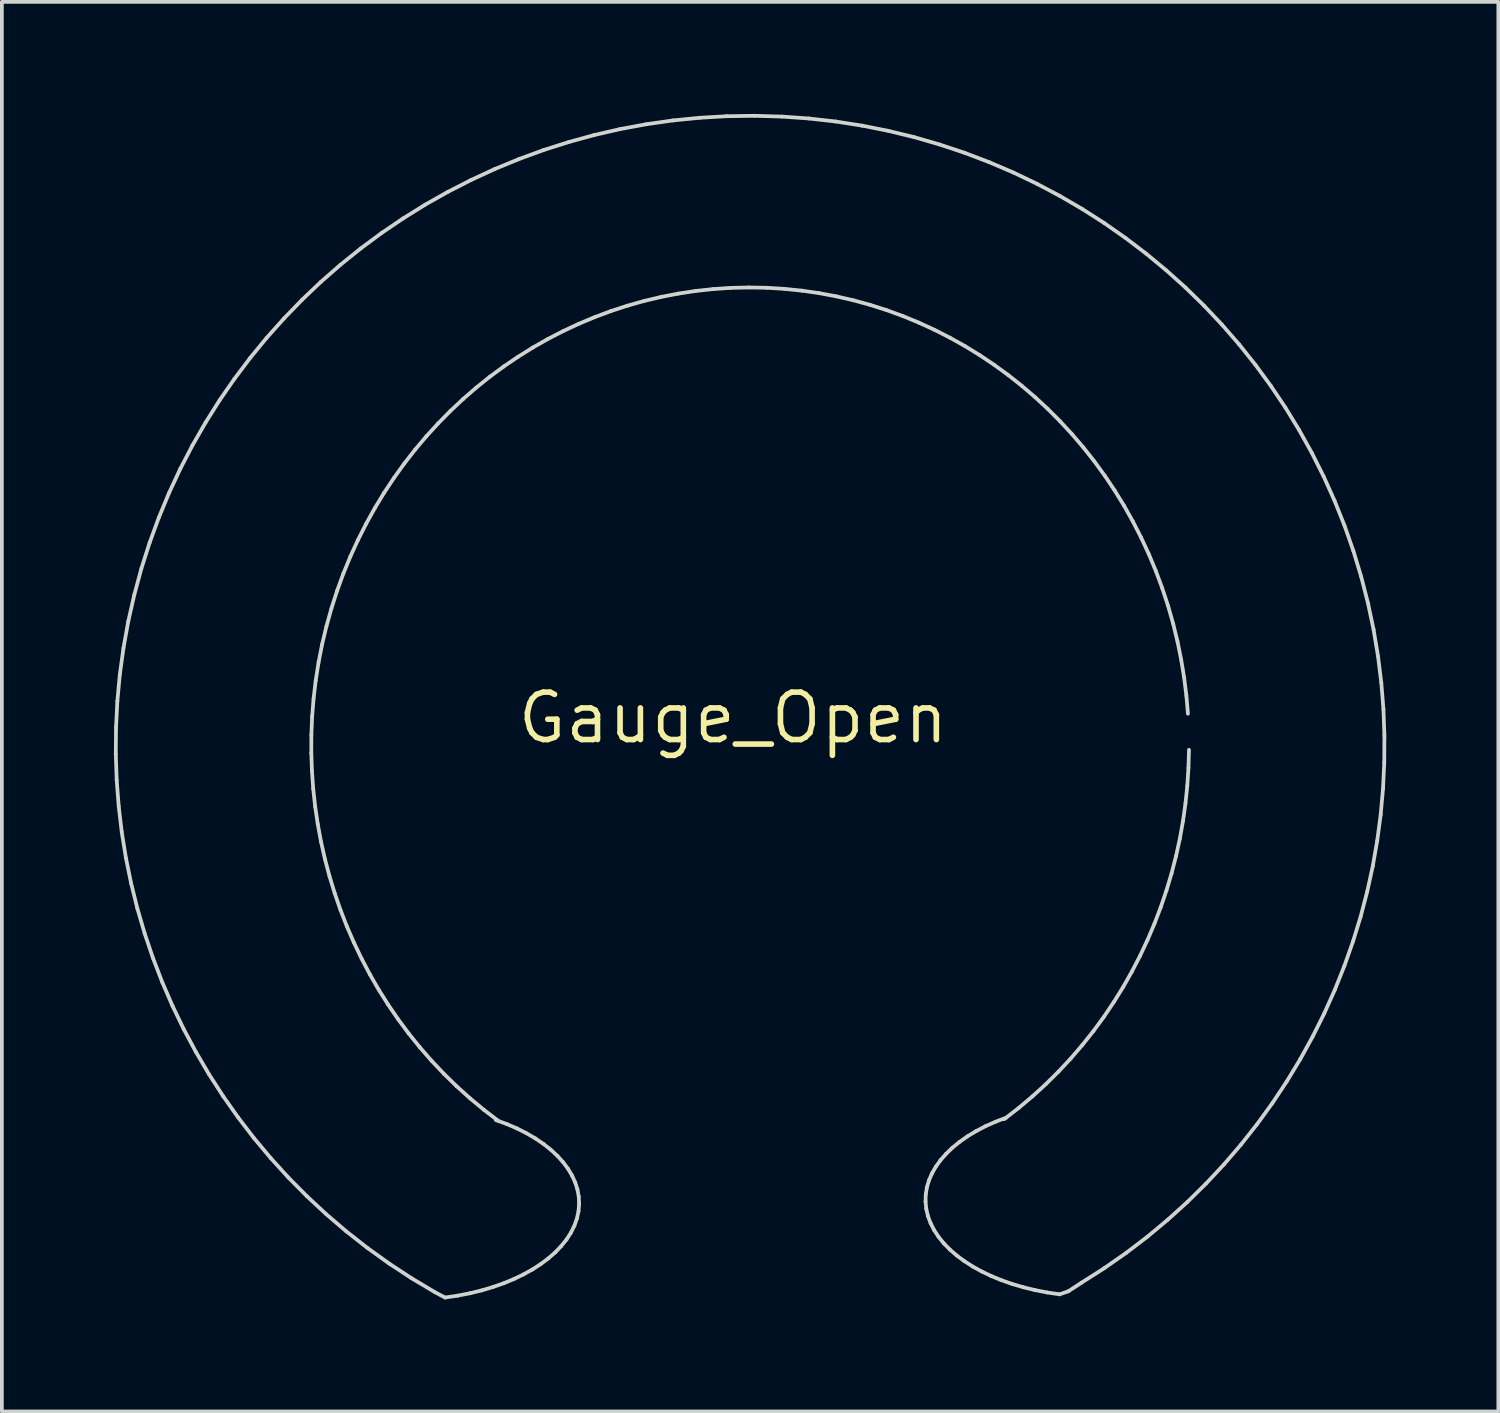
<source format=kicad_pcb>
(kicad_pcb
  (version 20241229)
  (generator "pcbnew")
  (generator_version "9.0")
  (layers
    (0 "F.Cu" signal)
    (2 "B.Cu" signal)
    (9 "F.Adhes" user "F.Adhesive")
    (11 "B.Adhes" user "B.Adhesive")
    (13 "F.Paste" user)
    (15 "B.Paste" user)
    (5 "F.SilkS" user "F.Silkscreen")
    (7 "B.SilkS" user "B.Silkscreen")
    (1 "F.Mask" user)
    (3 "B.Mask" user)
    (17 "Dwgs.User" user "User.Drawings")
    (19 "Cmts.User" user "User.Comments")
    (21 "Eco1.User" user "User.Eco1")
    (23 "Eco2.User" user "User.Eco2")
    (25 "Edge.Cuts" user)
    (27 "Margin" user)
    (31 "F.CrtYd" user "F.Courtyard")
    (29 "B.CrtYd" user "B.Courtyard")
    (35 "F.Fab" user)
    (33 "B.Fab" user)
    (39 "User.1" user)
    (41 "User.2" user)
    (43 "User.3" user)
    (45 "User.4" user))
  (footprint "Gauge_Open"
    (layer "F.Cu")
    (at 16.574 16.169)
    (property "Reference" "Gauge_Open" (at 0 0 0) (layer "F.SilkS") (effects (font (size 1.27 1.27) (thickness 0.15))))
    (attr through_hole)
    (fp_line (start 12.179 -0.112) (end 12.202 0.372) (stroke (width 0.1) (type solid)) (layer "F.Mask"))
    (fp_line (start 12.202 0.372) (end 12.207 0.855) (stroke (width 0.1) (type solid)) (layer "F.Mask"))
    (fp_line (start -16.524 0.965) (end -16.518 0.258) (stroke (width 0.1) (type solid)) (layer "Edge.Cuts"))
    (fp_line (start -16.518 0.258) (end -16.482 -0.451) (stroke (width 0.1) (type solid)) (layer "Edge.Cuts"))
    (fp_line (start -16.5 1.668) (end -16.524 0.965) (stroke (width 0.1) (type solid)) (layer "Edge.Cuts"))
    (fp_line (start -16.482 -0.451) (end -16.416 -1.162) (stroke (width 0.1) (type solid)) (layer "Edge.Cuts"))
    (fp_line (start -16.446 2.367) (end -16.5 1.668) (stroke (width 0.1) (type solid)) (layer "Edge.Cuts"))
    (fp_line (start -16.416 -1.162) (end -16.318 -1.873) (stroke (width 0.1) (type solid)) (layer "Edge.Cuts"))
    (fp_line (start -16.364 3.061) (end -16.446 2.367) (stroke (width 0.1) (type solid)) (layer "Edge.Cuts"))
    (fp_line (start -16.318 -1.873) (end -16.19 -2.585) (stroke (width 0.1) (type solid)) (layer "Edge.Cuts"))
    (fp_line (start -16.253 3.75) (end -16.364 3.061) (stroke (width 0.1) (type solid)) (layer "Edge.Cuts"))
    (fp_line (start -16.19 -2.585) (end -16.029 -3.295) (stroke (width 0.1) (type solid)) (layer "Edge.Cuts"))
    (fp_line (start -16.113 4.431) (end -16.253 3.75) (stroke (width 0.1) (type solid)) (layer "Edge.Cuts"))
    (fp_line (start -16.029 -3.295) (end -15.839 -3.999) (stroke (width 0.1) (type solid)) (layer "Edge.Cuts"))
    (fp_line (start -15.946 5.105) (end -16.113 4.431) (stroke (width 0.1) (type solid)) (layer "Edge.Cuts"))
    (fp_line (start -15.839 -3.999) (end -15.619 -4.688) (stroke (width 0.1) (type solid)) (layer "Edge.Cuts"))
    (fp_line (start -15.751 5.771) (end -15.946 5.105) (stroke (width 0.1) (type solid)) (layer "Edge.Cuts"))
    (fp_line (start -15.619 -4.688) (end -15.372 -5.363) (stroke (width 0.1) (type solid)) (layer "Edge.Cuts"))
    (fp_line (start -15.529 6.428) (end -15.751 5.771) (stroke (width 0.1) (type solid)) (layer "Edge.Cuts"))
    (fp_line (start -15.372 -5.363) (end -15.098 -6.023) (stroke (width 0.1) (type solid)) (layer "Edge.Cuts"))
    (fp_line (start -15.281 7.074) (end -15.529 6.428) (stroke (width 0.1) (type solid)) (layer "Edge.Cuts"))
    (fp_line (start -15.098 -6.023) (end -14.798 -6.667) (stroke (width 0.1) (type solid)) (layer "Edge.Cuts"))
    (fp_line (start -15.006 7.71) (end -15.281 7.074) (stroke (width 0.1) (type solid)) (layer "Edge.Cuts"))
    (fp_line (start -14.798 -6.667) (end -14.472 -7.295) (stroke (width 0.1) (type solid)) (layer "Edge.Cuts"))
    (fp_line (start -14.705 8.334) (end -15.006 7.71) (stroke (width 0.1) (type solid)) (layer "Edge.Cuts"))
    (fp_line (start -14.472 -7.295) (end -14.121 -7.907) (stroke (width 0.1) (type solid)) (layer "Edge.Cuts"))
    (fp_line (start -14.378 8.946) (end -14.705 8.334) (stroke (width 0.1) (type solid)) (layer "Edge.Cuts"))
    (fp_line (start -14.121 -7.907) (end -13.747 -8.501) (stroke (width 0.1) (type solid)) (layer "Edge.Cuts"))
    (fp_line (start -14.027 9.544) (end -14.378 8.946) (stroke (width 0.1) (type solid)) (layer "Edge.Cuts"))
    (fp_line (start -13.747 -8.501) (end -13.348 -9.077) (stroke (width 0.1) (type solid)) (layer "Edge.Cuts"))
    (fp_line (start -13.65 10.128) (end -14.027 9.544) (stroke (width 0.1) (type solid)) (layer "Edge.Cuts"))
    (fp_line (start -13.348 -9.077) (end -12.928 -9.635) (stroke (width 0.1) (type solid)) (layer "Edge.Cuts"))
    (fp_line (start -13.249 10.697) (end -13.65 10.128) (stroke (width 0.1) (type solid)) (layer "Edge.Cuts"))
    (fp_line (start -12.928 -9.635) (end -12.485 -10.175) (stroke (width 0.1) (type solid)) (layer "Edge.Cuts"))
    (fp_line (start -12.825 11.25) (end -13.249 10.697) (stroke (width 0.1) (type solid)) (layer "Edge.Cuts"))
    (fp_line (start -12.485 -10.175) (end -12.021 -10.694) (stroke (width 0.1) (type solid)) (layer "Edge.Cuts"))
    (fp_line (start -12.376 11.786) (end -12.825 11.25) (stroke (width 0.1) (type solid)) (layer "Edge.Cuts"))
    (fp_line (start -12.021 -10.694) (end -11.537 -11.194) (stroke (width 0.1) (type solid)) (layer "Edge.Cuts"))
    (fp_line (start -11.904 12.305) (end -12.376 11.786) (stroke (width 0.1) (type solid)) (layer "Edge.Cuts"))
    (fp_line (start -11.537 -11.194) (end -11.033 -11.673) (stroke (width 0.1) (type solid)) (layer "Edge.Cuts"))
    (fp_line (start -11.409 12.805) (end -11.904 12.305) (stroke (width 0.1) (type solid)) (layer "Edge.Cuts"))
    (fp_line (start -11.29 0.936) (end -11.288 0.453) (stroke (width 0.1) (type solid)) (layer "Edge.Cuts"))
    (fp_line (start -11.288 0.453) (end -11.268 -0.031) (stroke (width 0.1) (type solid)) (layer "Edge.Cuts"))
    (fp_line (start -11.273 1.417) (end -11.29 0.936) (stroke (width 0.1) (type solid)) (layer "Edge.Cuts"))
    (fp_line (start -11.268 -0.031) (end -11.229 -0.515) (stroke (width 0.1) (type solid)) (layer "Edge.Cuts"))
    (fp_line (start -11.239 1.896) (end -11.273 1.417) (stroke (width 0.1) (type solid)) (layer "Edge.Cuts"))
    (fp_line (start -11.229 -0.515) (end -11.172 -1) (stroke (width 0.1) (type solid)) (layer "Edge.Cuts"))
    (fp_line (start -11.187 2.372) (end -11.239 1.896) (stroke (width 0.1) (type solid)) (layer "Edge.Cuts"))
    (fp_line (start -11.172 -1) (end -11.096 -1.484) (stroke (width 0.1) (type solid)) (layer "Edge.Cuts"))
    (fp_line (start -11.117 2.845) (end -11.187 2.372) (stroke (width 0.1) (type solid)) (layer "Edge.Cuts"))
    (fp_line (start -11.096 -1.484) (end -11.001 -1.967) (stroke (width 0.1) (type solid)) (layer "Edge.Cuts"))
    (fp_line (start -11.033 -11.673) (end -10.51 -12.13) (stroke (width 0.1) (type solid)) (layer "Edge.Cuts"))
    (fp_line (start -11.03 3.314) (end -11.117 2.845) (stroke (width 0.1) (type solid)) (layer "Edge.Cuts"))
    (fp_line (start -11.001 -1.967) (end -10.886 -2.448) (stroke (width 0.1) (type solid)) (layer "Edge.Cuts"))
    (fp_line (start -10.925 3.779) (end -11.03 3.314) (stroke (width 0.1) (type solid)) (layer "Edge.Cuts"))
    (fp_line (start -10.892 13.286) (end -11.409 12.805) (stroke (width 0.1) (type solid)) (layer "Edge.Cuts"))
    (fp_line (start -10.886 -2.448) (end -10.752 -2.928) (stroke (width 0.1) (type solid)) (layer "Edge.Cuts"))
    (fp_line (start -10.803 4.239) (end -10.925 3.779) (stroke (width 0.1) (type solid)) (layer "Edge.Cuts"))
    (fp_line (start -10.752 -2.928) (end -10.6 -3.401) (stroke (width 0.1) (type solid)) (layer "Edge.Cuts"))
    (fp_line (start -10.664 4.693) (end -10.803 4.239) (stroke (width 0.1) (type solid)) (layer "Edge.Cuts"))
    (fp_line (start -10.6 -3.401) (end -10.431 -3.865) (stroke (width 0.1) (type solid)) (layer "Edge.Cuts"))
    (fp_line (start -10.51 -12.13) (end -9.969 -12.566) (stroke (width 0.1) (type solid)) (layer "Edge.Cuts"))
    (fp_line (start -10.509 5.142) (end -10.664 4.693) (stroke (width 0.1) (type solid)) (layer "Edge.Cuts"))
    (fp_line (start -10.431 -3.865) (end -10.245 -4.318) (stroke (width 0.1) (type solid)) (layer "Edge.Cuts"))
    (fp_line (start -10.353 13.747) (end -10.892 13.286) (stroke (width 0.1) (type solid)) (layer "Edge.Cuts"))
    (fp_line (start -10.337 5.584) (end -10.509 5.142) (stroke (width 0.1) (type solid)) (layer "Edge.Cuts"))
    (fp_line (start -10.245 -4.318) (end -10.042 -4.761) (stroke (width 0.1) (type solid)) (layer "Edge.Cuts"))
    (fp_line (start -10.148 6.018) (end -10.337 5.584) (stroke (width 0.1) (type solid)) (layer "Edge.Cuts"))
    (fp_line (start -10.042 -4.761) (end -9.824 -5.193) (stroke (width 0.1) (type solid)) (layer "Edge.Cuts"))
    (fp_line (start -9.969 -12.566) (end -9.41 -12.98) (stroke (width 0.1) (type solid)) (layer "Edge.Cuts"))
    (fp_line (start -9.943 6.446) (end -10.148 6.018) (stroke (width 0.1) (type solid)) (layer "Edge.Cuts"))
    (fp_line (start -9.824 -5.193) (end -9.591 -5.613) (stroke (width 0.1) (type solid)) (layer "Edge.Cuts"))
    (fp_line (start -9.792 14.187) (end -10.353 13.747) (stroke (width 0.1) (type solid)) (layer "Edge.Cuts"))
    (fp_line (start -9.723 6.865) (end -9.943 6.446) (stroke (width 0.1) (type solid)) (layer "Edge.Cuts"))
    (fp_line (start -9.591 -5.613) (end -9.343 -6.023) (stroke (width 0.1) (type solid)) (layer "Edge.Cuts"))
    (fp_line (start -9.486 7.276) (end -9.723 6.865) (stroke (width 0.1) (type solid)) (layer "Edge.Cuts"))
    (fp_line (start -9.41 -12.98) (end -8.835 -13.37) (stroke (width 0.1) (type solid)) (layer "Edge.Cuts"))
    (fp_line (start -9.343 -6.023) (end -9.08 -6.42) (stroke (width 0.1) (type solid)) (layer "Edge.Cuts"))
    (fp_line (start -9.233 7.677) (end -9.486 7.276) (stroke (width 0.1) (type solid)) (layer "Edge.Cuts"))
    (fp_line (start -9.209 14.606) (end -9.792 14.187) (stroke (width 0.1) (type solid)) (layer "Edge.Cuts"))
    (fp_line (start -9.08 -6.42) (end -8.804 -6.805) (stroke (width 0.1) (type solid)) (layer "Edge.Cuts"))
    (fp_line (start -8.965 8.069) (end -9.233 7.677) (stroke (width 0.1) (type solid)) (layer "Edge.Cuts"))
    (fp_line (start -8.835 -13.37) (end -8.244 -13.738) (stroke (width 0.1) (type solid)) (layer "Edge.Cuts"))
    (fp_line (start -8.804 -6.805) (end -8.514 -7.178) (stroke (width 0.1) (type solid)) (layer "Edge.Cuts"))
    (fp_line (start -8.682 8.45) (end -8.965 8.069) (stroke (width 0.1) (type solid)) (layer "Edge.Cuts"))
    (fp_line (start -8.606 15.002) (end -9.209 14.606) (stroke (width 0.1) (type solid)) (layer "Edge.Cuts"))
    (fp_line (start -8.514 -7.178) (end -8.21 -7.538) (stroke (width 0.1) (type solid)) (layer "Edge.Cuts"))
    (fp_line (start -8.383 8.821) (end -8.682 8.45) (stroke (width 0.1) (type solid)) (layer "Edge.Cuts"))
    (fp_line (start -8.244 -13.738) (end -7.637 -14.081) (stroke (width 0.1) (type solid)) (layer "Edge.Cuts"))
    (fp_line (start -8.21 -7.538) (end -7.894 -7.884) (stroke (width 0.1) (type solid)) (layer "Edge.Cuts"))
    (fp_line (start -8.07 9.18) (end -8.383 8.821) (stroke (width 0.1) (type solid)) (layer "Edge.Cuts"))
    (fp_line (start -7.982 15.374) (end -8.606 15.002) (stroke (width 0.1) (type solid)) (layer "Edge.Cuts"))
    (fp_line (start -7.894 -7.884) (end -7.566 -8.217) (stroke (width 0.1) (type solid)) (layer "Edge.Cuts"))
    (fp_line (start -7.741 9.528) (end -8.07 9.18) (stroke (width 0.1) (type solid)) (layer "Edge.Cuts"))
    (fp_line (start -7.71 15.518) (end -7.982 15.374) (stroke (width 0.1) (type solid)) (layer "Edge.Cuts"))
    (fp_line (start -7.637 -14.081) (end -7.016 -14.399) (stroke (width 0.1) (type solid)) (layer "Edge.Cuts"))
    (fp_line (start -7.566 -8.217) (end -7.226 -8.536) (stroke (width 0.1) (type solid)) (layer "Edge.Cuts"))
    (fp_line (start -7.398 9.863) (end -7.741 9.528) (stroke (width 0.1) (type solid)) (layer "Edge.Cuts"))
    (fp_line (start -7.372 15.468) (end -7.71 15.518) (stroke (width 0.1) (type solid)) (layer "Edge.Cuts"))
    (fp_line (start -7.226 -8.536) (end -6.875 -8.841) (stroke (width 0.1) (type solid)) (layer "Edge.Cuts"))
    (fp_line (start -7.044 15.404) (end -7.372 15.468) (stroke (width 0.1) (type solid)) (layer "Edge.Cuts"))
    (fp_line (start -7.04 10.185) (end -7.398 9.863) (stroke (width 0.1) (type solid)) (layer "Edge.Cuts"))
    (fp_line (start -7.016 -14.399) (end -6.38 -14.693) (stroke (width 0.1) (type solid)) (layer "Edge.Cuts"))
    (fp_line (start -6.875 -8.841) (end -6.512 -9.132) (stroke (width 0.1) (type solid)) (layer "Edge.Cuts"))
    (fp_line (start -6.729 15.327) (end -7.044 15.404) (stroke (width 0.1) (type solid)) (layer "Edge.Cuts"))
    (fp_line (start -6.668 10.494) (end -7.04 10.185) (stroke (width 0.1) (type solid)) (layer "Edge.Cuts"))
    (fp_line (start -6.512 -9.132) (end -6.139 -9.407) (stroke (width 0.1) (type solid)) (layer "Edge.Cuts"))
    (fp_line (start -6.427 15.237) (end -6.729 15.327) (stroke (width 0.1) (type solid)) (layer "Edge.Cuts"))
    (fp_line (start -6.38 -14.693) (end -5.732 -14.96) (stroke (width 0.1) (type solid)) (layer "Edge.Cuts"))
    (fp_line (start -6.352 10.765) (end -6.058 10.873) (stroke (width 0.1) (type solid)) (layer "Edge.Cuts"))
    (fp_line (start -6.282 10.789) (end -6.668 10.494) (stroke (width 0.1) (type solid)) (layer "Edge.Cuts"))
    (fp_line (start -6.139 -9.407) (end -5.756 -9.667) (stroke (width 0.1) (type solid)) (layer "Edge.Cuts"))
    (fp_line (start -6.139 15.136) (end -6.427 15.237) (stroke (width 0.1) (type solid)) (layer "Edge.Cuts"))
    (fp_line (start -6.058 10.873) (end -5.783 10.991) (stroke (width 0.1) (type solid)) (layer "Edge.Cuts"))
    (fp_line (start -5.866 15.023) (end -6.139 15.136) (stroke (width 0.1) (type solid)) (layer "Edge.Cuts"))
    (fp_line (start -5.783 10.991) (end -5.527 11.121) (stroke (width 0.1) (type solid)) (layer "Edge.Cuts"))
    (fp_line (start -5.756 -9.667) (end -5.364 -9.912) (stroke (width 0.1) (type solid)) (layer "Edge.Cuts"))
    (fp_line (start -5.732 -14.96) (end -5.072 -15.202) (stroke (width 0.1) (type solid)) (layer "Edge.Cuts"))
    (fp_line (start -5.609 14.899) (end -5.866 15.023) (stroke (width 0.1) (type solid)) (layer "Edge.Cuts"))
    (fp_line (start -5.527 11.121) (end -5.29 11.259) (stroke (width 0.1) (type solid)) (layer "Edge.Cuts"))
    (fp_line (start -5.369 14.766) (end -5.609 14.899) (stroke (width 0.1) (type solid)) (layer "Edge.Cuts"))
    (fp_line (start -5.364 -9.912) (end -4.962 -10.141) (stroke (width 0.1) (type solid)) (layer "Edge.Cuts"))
    (fp_line (start -5.29 11.259) (end -5.073 11.407) (stroke (width 0.1) (type solid)) (layer "Edge.Cuts"))
    (fp_line (start -5.147 14.622) (end -5.369 14.766) (stroke (width 0.1) (type solid)) (layer "Edge.Cuts"))
    (fp_line (start -5.073 11.407) (end -4.877 11.562) (stroke (width 0.1) (type solid)) (layer "Edge.Cuts"))
    (fp_line (start -5.072 -15.202) (end -4.399 -15.416) (stroke (width 0.1) (type solid)) (layer "Edge.Cuts"))
    (fp_line (start -4.962 -10.141) (end -4.551 -10.353) (stroke (width 0.1) (type solid)) (layer "Edge.Cuts"))
    (fp_line (start -4.944 14.47) (end -5.147 14.622) (stroke (width 0.1) (type solid)) (layer "Edge.Cuts"))
    (fp_line (start -4.877 11.562) (end -4.702 11.725) (stroke (width 0.1) (type solid)) (layer "Edge.Cuts"))
    (fp_line (start -4.761 14.31) (end -4.944 14.47) (stroke (width 0.1) (type solid)) (layer "Edge.Cuts"))
    (fp_line (start -4.702 11.725) (end -4.549 11.895) (stroke (width 0.1) (type solid)) (layer "Edge.Cuts"))
    (fp_line (start -4.599 14.141) (end -4.761 14.31) (stroke (width 0.1) (type solid)) (layer "Edge.Cuts"))
    (fp_line (start -4.551 -10.353) (end -4.132 -10.549) (stroke (width 0.1) (type solid)) (layer "Edge.Cuts"))
    (fp_line (start -4.549 11.895) (end -4.418 12.07) (stroke (width 0.1) (type solid)) (layer "Edge.Cuts"))
    (fp_line (start -4.458 13.966) (end -4.599 14.141) (stroke (width 0.1) (type solid)) (layer "Edge.Cuts"))
    (fp_line (start -4.418 12.07) (end -4.31 12.251) (stroke (width 0.1) (type solid)) (layer "Edge.Cuts"))
    (fp_line (start -4.399 -15.416) (end -3.716 -15.604) (stroke (width 0.1) (type solid)) (layer "Edge.Cuts"))
    (fp_line (start -4.341 13.783) (end -4.458 13.966) (stroke (width 0.1) (type solid)) (layer "Edge.Cuts"))
    (fp_line (start -4.31 12.251) (end -4.225 12.436) (stroke (width 0.1) (type solid)) (layer "Edge.Cuts"))
    (fp_line (start -4.247 13.595) (end -4.341 13.783) (stroke (width 0.1) (type solid)) (layer "Edge.Cuts"))
    (fp_line (start -4.225 12.436) (end -4.165 12.624) (stroke (width 0.1) (type solid)) (layer "Edge.Cuts"))
    (fp_line (start -4.178 13.401) (end -4.247 13.595) (stroke (width 0.1) (type solid)) (layer "Edge.Cuts"))
    (fp_line (start -4.165 12.624) (end -4.13 12.816) (stroke (width 0.1) (type solid)) (layer "Edge.Cuts"))
    (fp_line (start -4.136 13.205) (end -4.178 13.401) (stroke (width 0.1) (type solid)) (layer "Edge.Cuts"))
    (fp_line (start -4.132 -10.549) (end -3.705 -10.728) (stroke (width 0.1) (type solid)) (layer "Edge.Cuts"))
    (fp_line (start -4.13 12.816) (end -4.12 13.01) (stroke (width 0.1) (type solid)) (layer "Edge.Cuts"))
    (fp_line (start -4.12 13.01) (end -4.136 13.205) (stroke (width 0.1) (type solid)) (layer "Edge.Cuts"))
    (fp_line (start -3.716 -15.604) (end -3.023 -15.763) (stroke (width 0.1) (type solid)) (layer "Edge.Cuts"))
    (fp_line (start -3.705 -10.728) (end -3.271 -10.89) (stroke (width 0.1) (type solid)) (layer "Edge.Cuts"))
    (fp_line (start -3.271 -10.89) (end -2.83 -11.034) (stroke (width 0.1) (type solid)) (layer "Edge.Cuts"))
    (fp_line (start -3.023 -15.763) (end -2.32 -15.893) (stroke (width 0.1) (type solid)) (layer "Edge.Cuts"))
    (fp_line (start -2.83 -11.034) (end -2.382 -11.161) (stroke (width 0.1) (type solid)) (layer "Edge.Cuts"))
    (fp_line (start -2.382 -11.161) (end -1.928 -11.269) (stroke (width 0.1) (type solid)) (layer "Edge.Cuts"))
    (fp_line (start -2.32 -15.893) (end -1.608 -15.995) (stroke (width 0.1) (type solid)) (layer "Edge.Cuts"))
    (fp_line (start -1.928 -11.269) (end -1.468 -11.358) (stroke (width 0.1) (type solid)) (layer "Edge.Cuts"))
    (fp_line (start -1.608 -15.995) (end -0.889 -16.066) (stroke (width 0.1) (type solid)) (layer "Edge.Cuts"))
    (fp_line (start -1.468 -11.358) (end -1.003 -11.429) (stroke (width 0.1) (type solid)) (layer "Edge.Cuts"))
    (fp_line (start -1.003 -11.429) (end -0.533 -11.48) (stroke (width 0.1) (type solid)) (layer "Edge.Cuts"))
    (fp_line (start -0.889 -16.066) (end -0.162 -16.108) (stroke (width 0.1) (type solid)) (layer "Edge.Cuts"))
    (fp_line (start -0.533 -11.48) (end -0.059 -11.512) (stroke (width 0.1) (type solid)) (layer "Edge.Cuts"))
    (fp_line (start -0.162 -16.108) (end 0.571 -16.119) (stroke (width 0.1) (type solid)) (layer "Edge.Cuts"))
    (fp_line (start -0.059 -11.512) (end 0.419 -11.523) (stroke (width 0.1) (type solid)) (layer "Edge.Cuts"))
    (fp_line (start 0.419 -11.523) (end 0.897 -11.515) (stroke (width 0.1) (type solid)) (layer "Edge.Cuts"))
    (fp_line (start 0.571 -16.119) (end 1.305 -16.098) (stroke (width 0.1) (type solid)) (layer "Edge.Cuts"))
    (fp_line (start 0.897 -11.515) (end 1.372 -11.486) (stroke (width 0.1) (type solid)) (layer "Edge.Cuts"))
    (fp_line (start 1.305 -16.098) (end 2.031 -16.047) (stroke (width 0.1) (type solid)) (layer "Edge.Cuts"))
    (fp_line (start 1.372 -11.486) (end 1.842 -11.438) (stroke (width 0.1) (type solid)) (layer "Edge.Cuts"))
    (fp_line (start 1.842 -11.438) (end 2.307 -11.371) (stroke (width 0.1) (type solid)) (layer "Edge.Cuts"))
    (fp_line (start 2.031 -16.047) (end 2.749 -15.966) (stroke (width 0.1) (type solid)) (layer "Edge.Cuts"))
    (fp_line (start 2.307 -11.371) (end 2.767 -11.285) (stroke (width 0.1) (type solid)) (layer "Edge.Cuts"))
    (fp_line (start 2.749 -15.966) (end 3.459 -15.855) (stroke (width 0.1) (type solid)) (layer "Edge.Cuts"))
    (fp_line (start 2.767 -11.285) (end 3.222 -11.18) (stroke (width 0.1) (type solid)) (layer "Edge.Cuts"))
    (fp_line (start 3.222 -11.18) (end 3.671 -11.057) (stroke (width 0.1) (type solid)) (layer "Edge.Cuts"))
    (fp_line (start 3.459 -15.855) (end 4.16 -15.715) (stroke (width 0.1) (type solid)) (layer "Edge.Cuts"))
    (fp_line (start 3.671 -11.057) (end 4.113 -10.916) (stroke (width 0.1) (type solid)) (layer "Edge.Cuts"))
    (fp_line (start 4.113 -10.916) (end 4.548 -10.757) (stroke (width 0.1) (type solid)) (layer "Edge.Cuts"))
    (fp_line (start 4.16 -15.715) (end 4.852 -15.547) (stroke (width 0.1) (type solid)) (layer "Edge.Cuts"))
    (fp_line (start 4.548 -10.757) (end 4.976 -10.581) (stroke (width 0.1) (type solid)) (layer "Edge.Cuts"))
    (fp_line (start 4.852 -15.547) (end 5.532 -15.35) (stroke (width 0.1) (type solid)) (layer "Edge.Cuts"))
    (fp_line (start 4.976 -10.581) (end 5.396 -10.388) (stroke (width 0.1) (type solid)) (layer "Edge.Cuts"))
    (fp_line (start 5.154 12.949) (end 5.173 13.143) (stroke (width 0.1) (type solid)) (layer "Edge.Cuts"))
    (fp_line (start 5.16 12.756) (end 5.154 12.949) (stroke (width 0.1) (type solid)) (layer "Edge.Cuts"))
    (fp_line (start 5.173 13.143) (end 5.218 13.337) (stroke (width 0.1) (type solid)) (layer "Edge.Cuts"))
    (fp_line (start 5.191 12.566) (end 5.16 12.756) (stroke (width 0.1) (type solid)) (layer "Edge.Cuts"))
    (fp_line (start 5.218 13.337) (end 5.29 13.529) (stroke (width 0.1) (type solid)) (layer "Edge.Cuts"))
    (fp_line (start 5.247 12.378) (end 5.191 12.566) (stroke (width 0.1) (type solid)) (layer "Edge.Cuts"))
    (fp_line (start 5.29 13.529) (end 5.385 13.715) (stroke (width 0.1) (type solid)) (layer "Edge.Cuts"))
    (fp_line (start 5.327 12.194) (end 5.247 12.378) (stroke (width 0.1) (type solid)) (layer "Edge.Cuts"))
    (fp_line (start 5.385 13.715) (end 5.504 13.896) (stroke (width 0.1) (type solid)) (layer "Edge.Cuts"))
    (fp_line (start 5.396 -10.388) (end 5.808 -10.178) (stroke (width 0.1) (type solid)) (layer "Edge.Cuts"))
    (fp_line (start 5.43 12.014) (end 5.327 12.194) (stroke (width 0.1) (type solid)) (layer "Edge.Cuts"))
    (fp_line (start 5.504 13.896) (end 5.645 14.07) (stroke (width 0.1) (type solid)) (layer "Edge.Cuts"))
    (fp_line (start 5.532 -15.35) (end 6.202 -15.127) (stroke (width 0.1) (type solid)) (layer "Edge.Cuts"))
    (fp_line (start 5.556 11.839) (end 5.43 12.014) (stroke (width 0.1) (type solid)) (layer "Edge.Cuts"))
    (fp_line (start 5.645 14.07) (end 5.808 14.236) (stroke (width 0.1) (type solid)) (layer "Edge.Cuts"))
    (fp_line (start 5.705 11.67) (end 5.556 11.839) (stroke (width 0.1) (type solid)) (layer "Edge.Cuts"))
    (fp_line (start 5.808 14.236) (end 5.992 14.395) (stroke (width 0.1) (type solid)) (layer "Edge.Cuts"))
    (fp_line (start 5.808 -10.178) (end 6.212 -9.952) (stroke (width 0.1) (type solid)) (layer "Edge.Cuts"))
    (fp_line (start 5.874 11.507) (end 5.705 11.67) (stroke (width 0.1) (type solid)) (layer "Edge.Cuts"))
    (fp_line (start 5.992 14.395) (end 6.195 14.545) (stroke (width 0.1) (type solid)) (layer "Edge.Cuts"))
    (fp_line (start 6.065 11.351) (end 5.874 11.507) (stroke (width 0.1) (type solid)) (layer "Edge.Cuts"))
    (fp_line (start 6.195 14.545) (end 6.416 14.687) (stroke (width 0.1) (type solid)) (layer "Edge.Cuts"))
    (fp_line (start 6.202 -15.127) (end 6.859 -14.877) (stroke (width 0.1) (type solid)) (layer "Edge.Cuts"))
    (fp_line (start 6.212 -9.952) (end 6.606 -9.71) (stroke (width 0.1) (type solid)) (layer "Edge.Cuts"))
    (fp_line (start 6.277 11.202) (end 6.065 11.351) (stroke (width 0.1) (type solid)) (layer "Edge.Cuts"))
    (fp_line (start 6.416 14.687) (end 6.655 14.819) (stroke (width 0.1) (type solid)) (layer "Edge.Cuts"))
    (fp_line (start 6.508 11.063) (end 6.277 11.202) (stroke (width 0.1) (type solid)) (layer "Edge.Cuts"))
    (fp_line (start 6.606 -9.71) (end 6.991 -9.452) (stroke (width 0.1) (type solid)) (layer "Edge.Cuts"))
    (fp_line (start 6.655 14.819) (end 6.911 14.941) (stroke (width 0.1) (type solid)) (layer "Edge.Cuts"))
    (fp_line (start 6.758 10.932) (end 6.508 11.063) (stroke (width 0.1) (type solid)) (layer "Edge.Cuts"))
    (fp_line (start 6.859 -14.877) (end 7.504 -14.601) (stroke (width 0.1) (type solid)) (layer "Edge.Cuts"))
    (fp_line (start 6.911 14.941) (end 7.183 15.053) (stroke (width 0.1) (type solid)) (layer "Edge.Cuts"))
    (fp_line (start 6.991 -9.452) (end 7.365 -9.18) (stroke (width 0.1) (type solid)) (layer "Edge.Cuts"))
    (fp_line (start 7.028 10.812) (end 6.758 10.932) (stroke (width 0.1) (type solid)) (layer "Edge.Cuts"))
    (fp_line (start 7.183 15.053) (end 7.469 15.153) (stroke (width 0.1) (type solid)) (layer "Edge.Cuts"))
    (fp_line (start 7.316 10.702) (end 7.028 10.812) (stroke (width 0.1) (type solid)) (layer "Edge.Cuts"))
    (fp_line (start 7.365 -9.18) (end 7.729 -8.892) (stroke (width 0.1) (type solid)) (layer "Edge.Cuts"))
    (fp_line (start 7.469 15.153) (end 7.769 15.242) (stroke (width 0.1) (type solid)) (layer "Edge.Cuts"))
    (fp_line (start 7.504 -14.601) (end 8.135 -14.299) (stroke (width 0.1) (type solid)) (layer "Edge.Cuts"))
    (fp_line (start 7.646 10.444) (end 7.262 10.742) (stroke (width 0.1) (type solid)) (layer "Edge.Cuts"))
    (fp_line (start 7.729 -8.892) (end 8.083 -8.589) (stroke (width 0.1) (type solid)) (layer "Edge.Cuts"))
    (fp_line (start 7.769 15.242) (end 8.082 15.318) (stroke (width 0.1) (type solid)) (layer "Edge.Cuts"))
    (fp_line (start 8.016 10.133) (end 7.646 10.444) (stroke (width 0.1) (type solid)) (layer "Edge.Cuts"))
    (fp_line (start 8.082 15.318) (end 8.407 15.382) (stroke (width 0.1) (type solid)) (layer "Edge.Cuts"))
    (fp_line (start 8.083 -8.589) (end 8.425 -8.273) (stroke (width 0.1) (type solid)) (layer "Edge.Cuts"))
    (fp_line (start 8.135 -14.299) (end 8.752 -13.972) (stroke (width 0.1) (type solid)) (layer "Edge.Cuts"))
    (fp_line (start 8.372 9.808) (end 8.016 10.133) (stroke (width 0.1) (type solid)) (layer "Edge.Cuts"))
    (fp_line (start 8.407 15.382) (end 8.743 15.432) (stroke (width 0.1) (type solid)) (layer "Edge.Cuts"))
    (fp_line (start 8.425 -8.273) (end 8.755 -7.942) (stroke (width 0.1) (type solid)) (layer "Edge.Cuts"))
    (fp_line (start 8.713 9.471) (end 8.372 9.808) (stroke (width 0.1) (type solid)) (layer "Edge.Cuts"))
    (fp_line (start 8.752 -13.972) (end 9.354 -13.621) (stroke (width 0.1) (type solid)) (layer "Edge.Cuts"))
    (fp_line (start 8.755 -7.942) (end 9.074 -7.597) (stroke (width 0.1) (type solid)) (layer "Edge.Cuts"))
    (fp_line (start 8.976 15.351) (end 8.743 15.432) (stroke (width 0.1) (type solid)) (layer "Edge.Cuts"))
    (fp_line (start 9.039 9.121) (end 8.713 9.471) (stroke (width 0.1) (type solid)) (layer "Edge.Cuts"))
    (fp_line (start 9.074 -7.597) (end 9.379 -7.24) (stroke (width 0.1) (type solid)) (layer "Edge.Cuts"))
    (fp_line (start 9.329 15.121) (end 8.976 15.351) (stroke (width 0.1) (type solid)) (layer "Edge.Cuts"))
    (fp_line (start 9.35 8.76) (end 9.039 9.121) (stroke (width 0.1) (type solid)) (layer "Edge.Cuts"))
    (fp_line (start 9.354 -13.621) (end 9.94 -13.246) (stroke (width 0.1) (type solid)) (layer "Edge.Cuts"))
    (fp_line (start 9.379 -7.24) (end 9.672 -6.869) (stroke (width 0.1) (type solid)) (layer "Edge.Cuts"))
    (fp_line (start 9.647 8.387) (end 9.35 8.76) (stroke (width 0.1) (type solid)) (layer "Edge.Cuts"))
    (fp_line (start 9.672 -6.869) (end 9.951 -6.486) (stroke (width 0.1) (type solid)) (layer "Edge.Cuts"))
    (fp_line (start 9.928 8.003) (end 9.647 8.387) (stroke (width 0.1) (type solid)) (layer "Edge.Cuts"))
    (fp_line (start 9.938 14.733) (end 9.329 15.121) (stroke (width 0.1) (type solid)) (layer "Edge.Cuts"))
    (fp_line (start 9.94 -13.246) (end 10.51 -12.847) (stroke (width 0.1) (type solid)) (layer "Edge.Cuts"))
    (fp_line (start 9.951 -6.486) (end 10.216 -6.09) (stroke (width 0.1) (type solid)) (layer "Edge.Cuts"))
    (fp_line (start 10.193 7.61) (end 9.928 8.003) (stroke (width 0.1) (type solid)) (layer "Edge.Cuts"))
    (fp_line (start 10.216 -6.09) (end 10.467 -5.683) (stroke (width 0.1) (type solid)) (layer "Edge.Cuts"))
    (fp_line (start 10.443 7.207) (end 10.193 7.61) (stroke (width 0.1) (type solid)) (layer "Edge.Cuts"))
    (fp_line (start 10.467 -5.683) (end 10.702 -5.264) (stroke (width 0.1) (type solid)) (layer "Edge.Cuts"))
    (fp_line (start 10.51 -12.847) (end 11.063 -12.426) (stroke (width 0.1) (type solid)) (layer "Edge.Cuts"))
    (fp_line (start 10.526 14.322) (end 9.938 14.733) (stroke (width 0.1) (type solid)) (layer "Edge.Cuts"))
    (fp_line (start 10.677 6.794) (end 10.443 7.207) (stroke (width 0.1) (type solid)) (layer "Edge.Cuts"))
    (fp_line (start 10.702 -5.264) (end 10.923 -4.833) (stroke (width 0.1) (type solid)) (layer "Edge.Cuts"))
    (fp_line (start 10.895 6.374) (end 10.677 6.794) (stroke (width 0.1) (type solid)) (layer "Edge.Cuts"))
    (fp_line (start 10.923 -4.833) (end 11.128 -4.392) (stroke (width 0.1) (type solid)) (layer "Edge.Cuts"))
    (fp_line (start 11.063 -12.426) (end 11.598 -11.983) (stroke (width 0.1) (type solid)) (layer "Edge.Cuts"))
    (fp_line (start 11.093 13.89) (end 10.526 14.322) (stroke (width 0.1) (type solid)) (layer "Edge.Cuts"))
    (fp_line (start 11.097 5.945) (end 10.895 6.374) (stroke (width 0.1) (type solid)) (layer "Edge.Cuts"))
    (fp_line (start 11.128 -4.392) (end 11.317 -3.94) (stroke (width 0.1) (type solid)) (layer "Edge.Cuts"))
    (fp_line (start 11.283 5.509) (end 11.097 5.945) (stroke (width 0.1) (type solid)) (layer "Edge.Cuts"))
    (fp_line (start 11.317 -3.94) (end 11.489 -3.478) (stroke (width 0.1) (type solid)) (layer "Edge.Cuts"))
    (fp_line (start 11.452 5.066) (end 11.283 5.509) (stroke (width 0.1) (type solid)) (layer "Edge.Cuts"))
    (fp_line (start 11.489 -3.478) (end 11.645 -3.005) (stroke (width 0.1) (type solid)) (layer "Edge.Cuts"))
    (fp_line (start 11.598 -11.983) (end 12.115 -11.519) (stroke (width 0.1) (type solid)) (layer "Edge.Cuts"))
    (fp_line (start 11.605 4.616) (end 11.452 5.066) (stroke (width 0.1) (type solid)) (layer "Edge.Cuts"))
    (fp_line (start 11.638 13.436) (end 11.093 13.89) (stroke (width 0.1) (type solid)) (layer "Edge.Cuts"))
    (fp_line (start 11.645 -3.005) (end 11.782 -2.527) (stroke (width 0.1) (type solid)) (layer "Edge.Cuts"))
    (fp_line (start 11.741 4.161) (end 11.605 4.616) (stroke (width 0.1) (type solid)) (layer "Edge.Cuts"))
    (fp_line (start 11.782 -2.527) (end 11.899 -2.046) (stroke (width 0.1) (type solid)) (layer "Edge.Cuts"))
    (fp_line (start 11.86 3.7) (end 11.741 4.161) (stroke (width 0.1) (type solid)) (layer "Edge.Cuts"))
    (fp_line (start 11.899 -2.046) (end 11.997 -1.564) (stroke (width 0.1) (type solid)) (layer "Edge.Cuts"))
    (fp_line (start 11.962 3.235) (end 11.86 3.7) (stroke (width 0.1) (type solid)) (layer "Edge.Cuts"))
    (fp_line (start 11.997 -1.564) (end 12.077 -1.08) (stroke (width 0.1) (type solid)) (layer "Edge.Cuts"))
    (fp_line (start 12.046 2.765) (end 11.962 3.235) (stroke (width 0.1) (type solid)) (layer "Edge.Cuts"))
    (fp_line (start 12.077 -1.08) (end 12.137 -0.596) (stroke (width 0.1) (type solid)) (layer "Edge.Cuts"))
    (fp_line (start 12.113 2.292) (end 12.046 2.765) (stroke (width 0.1) (type solid)) (layer "Edge.Cuts"))
    (fp_line (start 12.115 -11.519) (end 12.613 -11.033) (stroke (width 0.1) (type solid)) (layer "Edge.Cuts"))
    (fp_line (start 12.137 -0.596) (end 12.179 -0.112) (stroke (width 0.1) (type solid)) (layer "Edge.Cuts"))
    (fp_line (start 12.162 1.815) (end 12.113 2.292) (stroke (width 0.1) (type solid)) (layer "Edge.Cuts"))
    (fp_line (start 12.162 12.962) (end 11.638 13.436) (stroke (width 0.1) (type solid)) (layer "Edge.Cuts"))
    (fp_line (start 12.193 1.336) (end 12.162 1.815) (stroke (width 0.1) (type solid)) (layer "Edge.Cuts"))
    (fp_line (start 12.207 0.855) (end 12.193 1.336) (stroke (width 0.1) (type solid)) (layer "Edge.Cuts"))
    (fp_line (start 12.613 -11.033) (end 13.09 -10.527) (stroke (width 0.1) (type solid)) (layer "Edge.Cuts"))
    (fp_line (start 12.663 12.468) (end 12.162 12.962) (stroke (width 0.1) (type solid)) (layer "Edge.Cuts"))
    (fp_line (start 13.09 -10.527) (end 13.547 -10.002) (stroke (width 0.1) (type solid)) (layer "Edge.Cuts"))
    (fp_line (start 13.142 11.956) (end 12.663 12.468) (stroke (width 0.1) (type solid)) (layer "Edge.Cuts"))
    (fp_line (start 13.547 -10.002) (end 13.982 -9.457) (stroke (width 0.1) (type solid)) (layer "Edge.Cuts"))
    (fp_line (start 13.598 11.425) (end 13.142 11.956) (stroke (width 0.1) (type solid)) (layer "Edge.Cuts"))
    (fp_line (start 13.982 -9.457) (end 14.395 -8.893) (stroke (width 0.1) (type solid)) (layer "Edge.Cuts"))
    (fp_line (start 14.03 10.878) (end 13.598 11.425) (stroke (width 0.1) (type solid)) (layer "Edge.Cuts"))
    (fp_line (start 14.395 -8.893) (end 14.786 -8.311) (stroke (width 0.1) (type solid)) (layer "Edge.Cuts"))
    (fp_line (start 14.439 10.314) (end 14.03 10.878) (stroke (width 0.1) (type solid)) (layer "Edge.Cuts"))
    (fp_line (start 14.786 -8.311) (end 15.152 -7.712) (stroke (width 0.1) (type solid)) (layer "Edge.Cuts"))
    (fp_line (start 14.823 9.735) (end 14.439 10.314) (stroke (width 0.1) (type solid)) (layer "Edge.Cuts"))
    (fp_line (start 15.152 -7.712) (end 15.495 -7.096) (stroke (width 0.1) (type solid)) (layer "Edge.Cuts"))
    (fp_line (start 15.183 9.142) (end 14.823 9.735) (stroke (width 0.1) (type solid)) (layer "Edge.Cuts"))
    (fp_line (start 15.495 -7.096) (end 15.812 -6.464) (stroke (width 0.1) (type solid)) (layer "Edge.Cuts"))
    (fp_line (start 15.517 8.535) (end 15.183 9.142) (stroke (width 0.1) (type solid)) (layer "Edge.Cuts"))
    (fp_line (start 15.812 -6.464) (end 16.104 -5.815) (stroke (width 0.1) (type solid)) (layer "Edge.Cuts"))
    (fp_line (start 15.827 7.915) (end 15.517 8.535) (stroke (width 0.1) (type solid)) (layer "Edge.Cuts"))
    (fp_line (start 16.104 -5.815) (end 16.369 -5.152) (stroke (width 0.1) (type solid)) (layer "Edge.Cuts"))
    (fp_line (start 16.11 7.283) (end 15.827 7.915) (stroke (width 0.1) (type solid)) (layer "Edge.Cuts"))
    (fp_line (start 16.367 6.64) (end 16.11 7.283) (stroke (width 0.1) (type solid)) (layer "Edge.Cuts"))
    (fp_line (start 16.369 -5.152) (end 16.607 -4.474) (stroke (width 0.1) (type solid)) (layer "Edge.Cuts"))
    (fp_line (start 16.598 5.986) (end 16.367 6.64) (stroke (width 0.1) (type solid)) (layer "Edge.Cuts"))
    (fp_line (start 16.607 -4.474) (end 16.817 -3.782) (stroke (width 0.1) (type solid)) (layer "Edge.Cuts"))
    (fp_line (start 16.802 5.323) (end 16.598 5.986) (stroke (width 0.1) (type solid)) (layer "Edge.Cuts"))
    (fp_line (start 16.817 -3.782) (end 16.998 -3.076) (stroke (width 0.1) (type solid)) (layer "Edge.Cuts"))
    (fp_line (start 16.978 4.651) (end 16.802 5.323) (stroke (width 0.1) (type solid)) (layer "Edge.Cuts"))
    (fp_line (start 16.998 -3.076) (end 17.149 -2.364) (stroke (width 0.1) (type solid)) (layer "Edge.Cuts"))
    (fp_line (start 17.127 3.971) (end 16.978 4.651) (stroke (width 0.1) (type solid)) (layer "Edge.Cuts"))
    (fp_line (start 17.149 -2.364) (end 17.268 -1.65) (stroke (width 0.1) (type solid)) (layer "Edge.Cuts"))
    (fp_line (start 17.247 3.284) (end 17.127 3.971) (stroke (width 0.1) (type solid)) (layer "Edge.Cuts"))
    (fp_line (start 17.268 -1.65) (end 17.356 -0.938) (stroke (width 0.1) (type solid)) (layer "Edge.Cuts"))
    (fp_line (start 17.339 2.591) (end 17.247 3.284) (stroke (width 0.1) (type solid)) (layer "Edge.Cuts"))
    (fp_line (start 17.356 -0.938) (end 17.413 -0.226) (stroke (width 0.1) (type solid)) (layer "Edge.Cuts"))
    (fp_line (start 17.402 1.893) (end 17.339 2.591) (stroke (width 0.1) (type solid)) (layer "Edge.Cuts"))
    (fp_line (start 17.413 -0.226) (end 17.439 0.483) (stroke (width 0.1) (type solid)) (layer "Edge.Cuts"))
    (fp_line (start 17.435 1.19) (end 17.402 1.893) (stroke (width 0.1) (type solid)) (layer "Edge.Cuts"))
    (fp_line (start 17.439 0.483) (end 17.435 1.19) (stroke (width 0.1) (type solid)) (layer "Edge.Cuts")))
  (gr_rect
    (start -3 -3)
    (end 37.063 34.737)
    (stroke (width 0.1) (type default))
    (fill no)
    (layer "Edge.Cuts")))
</source>
